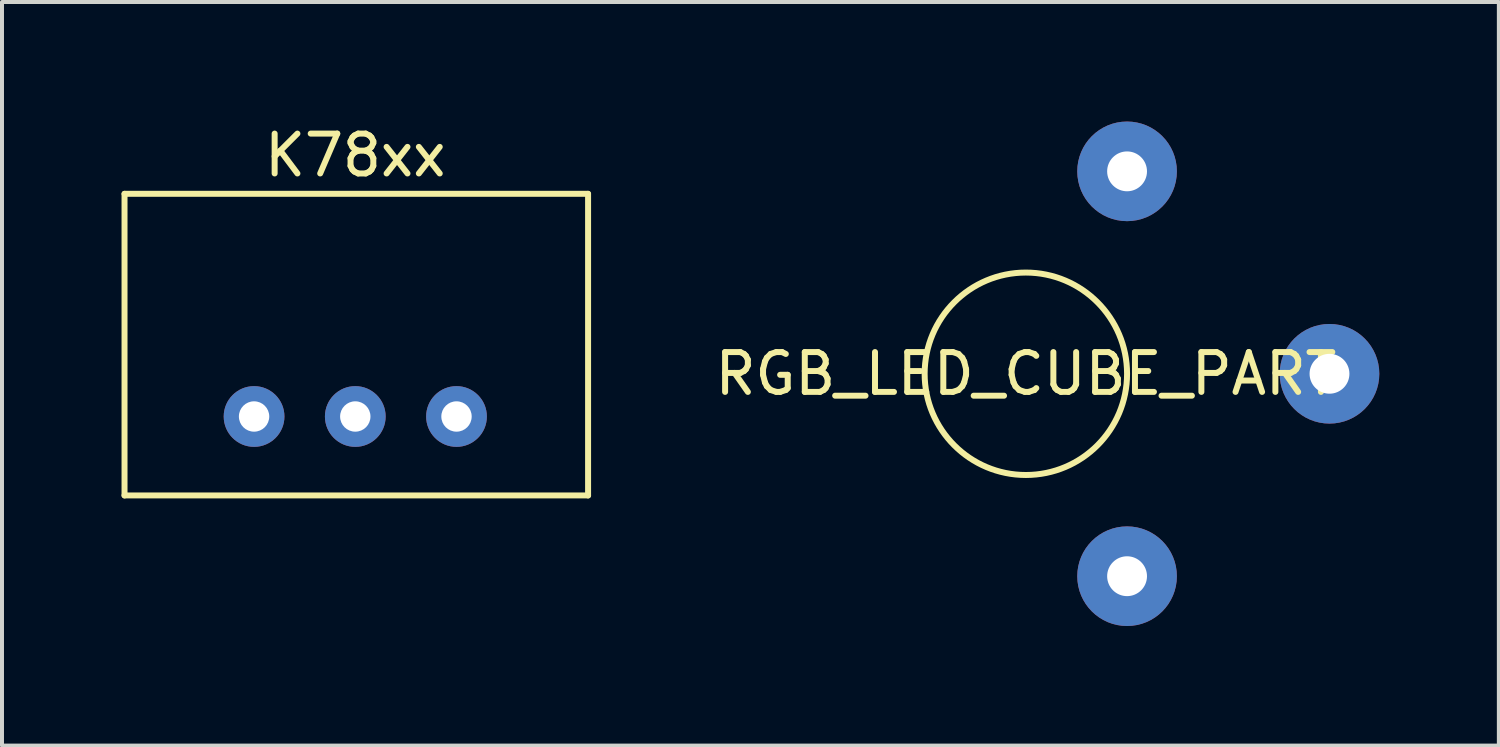
<source format=kicad_pcb>
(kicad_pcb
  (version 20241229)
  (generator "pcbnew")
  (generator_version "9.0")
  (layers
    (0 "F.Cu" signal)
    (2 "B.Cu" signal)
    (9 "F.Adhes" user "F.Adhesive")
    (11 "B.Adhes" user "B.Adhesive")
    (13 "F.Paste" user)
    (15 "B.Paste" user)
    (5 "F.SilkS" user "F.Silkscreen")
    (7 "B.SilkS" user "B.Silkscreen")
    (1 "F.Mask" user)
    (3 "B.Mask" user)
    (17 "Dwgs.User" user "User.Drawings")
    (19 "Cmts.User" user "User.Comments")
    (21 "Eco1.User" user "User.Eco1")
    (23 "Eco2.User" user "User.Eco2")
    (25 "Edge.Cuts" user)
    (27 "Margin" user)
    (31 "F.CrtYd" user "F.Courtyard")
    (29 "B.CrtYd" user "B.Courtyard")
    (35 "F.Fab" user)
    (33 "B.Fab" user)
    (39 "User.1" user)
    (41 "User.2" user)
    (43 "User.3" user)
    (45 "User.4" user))
  (footprint "K78xx"
    (layer "F.Cu")
    (at 5.866 5.268)
    (property "Reference" "K78xx" (at 0 -4.42 0) (layer "F.SilkS") (effects (font (size 1 1) (thickness 0.15))))
    (attr through_hole)
    (fp_line (start -5.791 -3.454) (end 5.842 -3.454) (stroke (width 0.15) (type solid)) (layer "F.SilkS"))
    (fp_line (start -5.791 4.115) (end -5.791 -3.454) (stroke (width 0.15) (type solid)) (layer "F.SilkS"))
    (fp_line (start 5.842 -3.454) (end 5.842 4.115) (stroke (width 0.15) (type solid)) (layer "F.SilkS"))
    (fp_line (start 5.842 4.115) (end -5.791 4.115) (stroke (width 0.15) (type solid)) (layer "F.SilkS"))
    (pad "1" thru_hole circle (at -2.54 2.134) (size 1.524 1.524) (drill 0.762) (layers "*.Cu" "*.Mask"))
    (pad "2" thru_hole circle (at 0 2.134) (size 1.524 1.524) (drill 0.762) (layers "*.Cu" "*.Mask"))
    (pad "3" thru_hole circle (at 2.54 2.134) (size 1.524 1.524) (drill 0.762) (layers "*.Cu" "*.Mask")))
  (footprint "RGB_LED_CUBE_PART"
    (layer "F.Cu")
    (at 22.694 6.33)
    (property "Reference" "RGB_LED_CUBE_PART" (at 0 0 0) (layer "F.SilkS") (effects (font (size 1 1) (thickness 0.15))))
    (attr through_hole)
    (fp_circle (center 0 0) (end 0 -2.54) (stroke (width 0.15) (type solid)) (fill no) (layer "F.SilkS"))
    (pad "1" thru_hole circle (at 2.54 5.08) (size 2.5 2.5) (drill 1) (layers "*.Cu" "*.Mask"))
    (pad "2" thru_hole circle (at 7.62 0) (size 2.5 2.5) (drill 1) (layers "*.Cu" "*.Mask"))
    (pad "3" thru_hole circle (at 2.54 -5.08) (size 2.5 2.5) (drill 1) (layers "*.Cu" "*.Mask")))
  (gr_rect
    (start -3 -3)
    (end 34.564 15.66)
    (stroke (width 0.1) (type default))
    (fill no)
    (layer "Edge.Cuts")))
</source>
